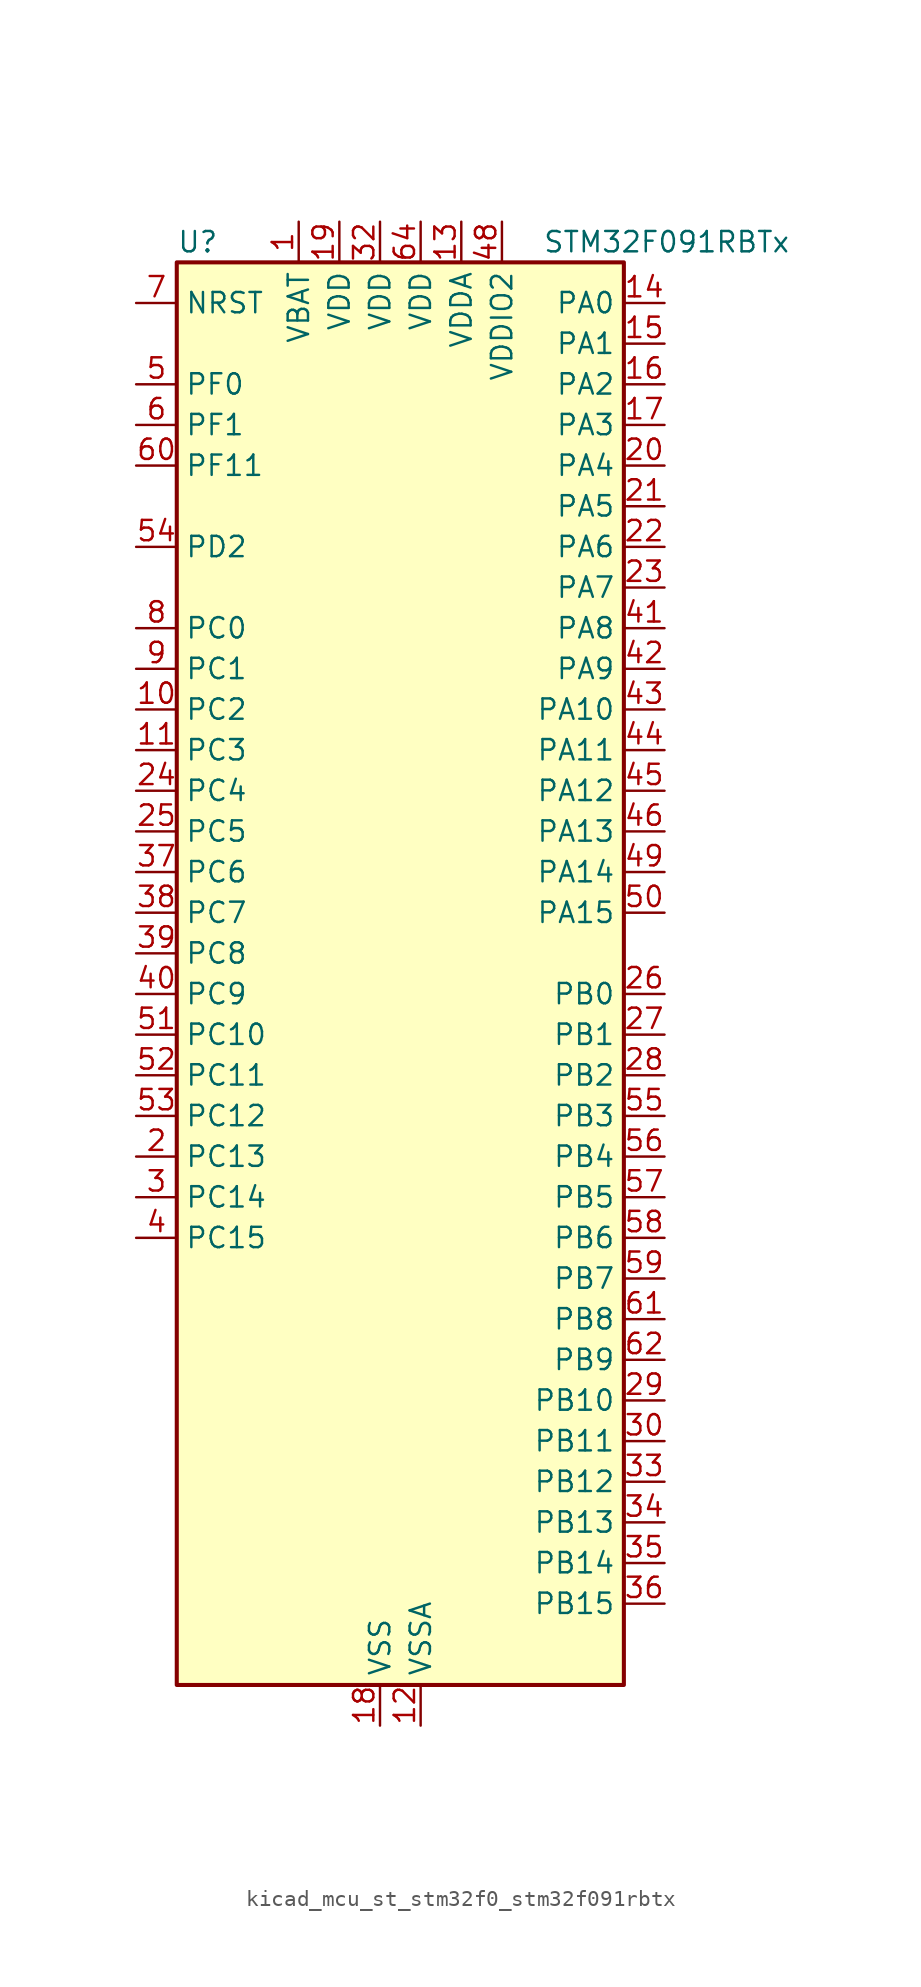
<source format=kicad_sym>
(kicad_symbol_lib
  (version 20220914)
  (generator kicad_symbol_editor)
  (symbol "kicad_mcu_st_stm32f0_stm32f091rbtx"
    (property "Reference" "U"
      (at -12.7 46.99 0)
      (effects (font (size 1.27 1.27)) (justify left)))
    (property "Value" "STM32F091RBTx"
      (at 10.16 46.99 0)
      (effects (font (size 1.27 1.27)) (justify left)))
    (property "ki_locked" ""
      (at 0 0 0)
      (effects (font (size 1.27 1.27))))
    (symbol "kicad_mcu_st_stm32f0_stm32f091rbtx_0_1"
      (rectangle (start -12.7 -43.18) (end 15.24 45.72) (stroke (width 0.254) (type default)) (fill (type background))))
    (symbol "kicad_mcu_st_stm32f0_stm32f091rbtx_1_1"
      (pin power_in line (at -5.08 48.26 270) (length 2.54) (name "VBAT" (effects (font (size 1.27 1.27)))) (number "1" (effects (font (size 1.27 1.27)))))
      (pin bidirectional line (at -15.24 17.78 0) (length 2.54) (name "PC2" (effects (font (size 1.27 1.27)))) (number "10" (effects (font (size 1.27 1.27)))) (alternate "ADC_IN12" bidirectional line) (alternate "I2S2_MCK" bidirectional line) (alternate "SPI2_MISO" bidirectional line) (alternate "USART8_TX" bidirectional line))
      (pin bidirectional line (at -15.24 15.24 0) (length 2.54) (name "PC3" (effects (font (size 1.27 1.27)))) (number "11" (effects (font (size 1.27 1.27)))) (alternate "ADC_IN13" bidirectional line) (alternate "I2S2_SD" bidirectional line) (alternate "SPI2_MOSI" bidirectional line) (alternate "USART8_RX" bidirectional line))
      (pin power_in line (at 2.54 -45.72 90) (length 2.54) (name "VSSA" (effects (font (size 1.27 1.27)))) (number "12" (effects (font (size 1.27 1.27)))))
      (pin power_in line (at 5.08 48.26 270) (length 2.54) (name "VDDA" (effects (font (size 1.27 1.27)))) (number "13" (effects (font (size 1.27 1.27)))))
      (pin bidirectional line (at 17.78 43.18 180) (length 2.54) (name "PA0" (effects (font (size 1.27 1.27)))) (number "14" (effects (font (size 1.27 1.27)))) (alternate "ADC_IN0" bidirectional line) (alternate "COMP1_INM" bidirectional line) (alternate "COMP1_OUT" bidirectional line) (alternate "RTC_TAMP2" bidirectional line) (alternate "SYS_WKUP1" bidirectional line) (alternate "TIM2_CH1" bidirectional line) (alternate "TIM2_ETR" bidirectional line) (alternate "TSC_G1_IO1" bidirectional line) (alternate "USART2_CTS" bidirectional line) (alternate "USART4_TX" bidirectional line))
      (pin bidirectional line (at 17.78 40.64 180) (length 2.54) (name "PA1" (effects (font (size 1.27 1.27)))) (number "15" (effects (font (size 1.27 1.27)))) (alternate "ADC_IN1" bidirectional line) (alternate "COMP1_INP" bidirectional line) (alternate "TIM15_CH1N" bidirectional line) (alternate "TIM2_CH2" bidirectional line) (alternate "TSC_G1_IO2" bidirectional line) (alternate "USART2_DE" bidirectional line) (alternate "USART2_RTS" bidirectional line) (alternate "USART4_RX" bidirectional line))
      (pin bidirectional line (at 17.78 38.1 180) (length 2.54) (name "PA2" (effects (font (size 1.27 1.27)))) (number "16" (effects (font (size 1.27 1.27)))) (alternate "ADC_IN2" bidirectional line) (alternate "COMP2_INM" bidirectional line) (alternate "COMP2_OUT" bidirectional line) (alternate "SYS_WKUP4" bidirectional line) (alternate "TIM15_CH1" bidirectional line) (alternate "TIM2_CH3" bidirectional line) (alternate "TSC_G1_IO3" bidirectional line) (alternate "USART2_TX" bidirectional line))
      (pin bidirectional line (at 17.78 35.56 180) (length 2.54) (name "PA3" (effects (font (size 1.27 1.27)))) (number "17" (effects (font (size 1.27 1.27)))) (alternate "ADC_IN3" bidirectional line) (alternate "COMP2_INP" bidirectional line) (alternate "TIM15_CH2" bidirectional line) (alternate "TIM2_CH4" bidirectional line) (alternate "TSC_G1_IO4" bidirectional line) (alternate "USART2_RX" bidirectional line))
      (pin power_in line (at 0 -45.72 90) (length 2.54) (name "VSS" (effects (font (size 1.27 1.27)))) (number "18" (effects (font (size 1.27 1.27)))))
      (pin power_in line (at -2.54 48.26 270) (length 2.54) (name "VDD" (effects (font (size 1.27 1.27)))) (number "19" (effects (font (size 1.27 1.27)))))
      (pin bidirectional line (at -15.24 -10.16 0) (length 2.54) (name "PC13" (effects (font (size 1.27 1.27)))) (number "2" (effects (font (size 1.27 1.27)))) (alternate "RTC_OUT_ALARM" bidirectional line) (alternate "RTC_OUT_CALIB" bidirectional line) (alternate "RTC_TAMP1" bidirectional line) (alternate "RTC_TS" bidirectional line) (alternate "SYS_WKUP2" bidirectional line))
      (pin bidirectional line (at 17.78 33.02 180) (length 2.54) (name "PA4" (effects (font (size 1.27 1.27)))) (number "20" (effects (font (size 1.27 1.27)))) (alternate "ADC_IN4" bidirectional line) (alternate "COMP1_INM" bidirectional line) (alternate "COMP2_INM" bidirectional line) (alternate "DAC_OUT1" bidirectional line) (alternate "I2S1_WS" bidirectional line) (alternate "SPI1_NSS" bidirectional line) (alternate "TIM14_CH1" bidirectional line) (alternate "TSC_G2_IO1" bidirectional line) (alternate "USART2_CK" bidirectional line) (alternate "USART6_TX" bidirectional line))
      (pin bidirectional line (at 17.78 30.48 180) (length 2.54) (name "PA5" (effects (font (size 1.27 1.27)))) (number "21" (effects (font (size 1.27 1.27)))) (alternate "ADC_IN5" bidirectional line) (alternate "CEC" bidirectional line) (alternate "COMP1_INM" bidirectional line) (alternate "COMP2_INM" bidirectional line) (alternate "DAC_OUT2" bidirectional line) (alternate "I2S1_CK" bidirectional line) (alternate "SPI1_SCK" bidirectional line) (alternate "TIM2_CH1" bidirectional line) (alternate "TIM2_ETR" bidirectional line) (alternate "TSC_G2_IO2" bidirectional line) (alternate "USART6_RX" bidirectional line))
      (pin bidirectional line (at 17.78 27.94 180) (length 2.54) (name "PA6" (effects (font (size 1.27 1.27)))) (number "22" (effects (font (size 1.27 1.27)))) (alternate "ADC_IN6" bidirectional line) (alternate "COMP1_OUT" bidirectional line) (alternate "I2S1_MCK" bidirectional line) (alternate "SPI1_MISO" bidirectional line) (alternate "TIM16_CH1" bidirectional line) (alternate "TIM1_BKIN" bidirectional line) (alternate "TIM3_CH1" bidirectional line) (alternate "TSC_G2_IO3" bidirectional line) (alternate "USART3_CTS" bidirectional line))
      (pin bidirectional line (at 17.78 25.4 180) (length 2.54) (name "PA7" (effects (font (size 1.27 1.27)))) (number "23" (effects (font (size 1.27 1.27)))) (alternate "ADC_IN7" bidirectional line) (alternate "COMP2_OUT" bidirectional line) (alternate "I2S1_SD" bidirectional line) (alternate "SPI1_MOSI" bidirectional line) (alternate "TIM14_CH1" bidirectional line) (alternate "TIM17_CH1" bidirectional line) (alternate "TIM1_CH1N" bidirectional line) (alternate "TIM3_CH2" bidirectional line) (alternate "TSC_G2_IO4" bidirectional line))
      (pin bidirectional line (at -15.24 12.7 0) (length 2.54) (name "PC4" (effects (font (size 1.27 1.27)))) (number "24" (effects (font (size 1.27 1.27)))) (alternate "ADC_IN14" bidirectional line) (alternate "USART3_TX" bidirectional line))
      (pin bidirectional line (at -15.24 10.16 0) (length 2.54) (name "PC5" (effects (font (size 1.27 1.27)))) (number "25" (effects (font (size 1.27 1.27)))) (alternate "ADC_IN15" bidirectional line) (alternate "SYS_WKUP5" bidirectional line) (alternate "TSC_G3_IO1" bidirectional line) (alternate "USART3_RX" bidirectional line))
      (pin bidirectional line (at 17.78 0 180) (length 2.54) (name "PB0" (effects (font (size 1.27 1.27)))) (number "26" (effects (font (size 1.27 1.27)))) (alternate "ADC_IN8" bidirectional line) (alternate "TIM1_CH2N" bidirectional line) (alternate "TIM3_CH3" bidirectional line) (alternate "TSC_G3_IO2" bidirectional line) (alternate "USART3_CK" bidirectional line))
      (pin bidirectional line (at 17.78 -2.54 180) (length 2.54) (name "PB1" (effects (font (size 1.27 1.27)))) (number "27" (effects (font (size 1.27 1.27)))) (alternate "ADC_IN9" bidirectional line) (alternate "TIM14_CH1" bidirectional line) (alternate "TIM1_CH3N" bidirectional line) (alternate "TIM3_CH4" bidirectional line) (alternate "TSC_G3_IO3" bidirectional line) (alternate "USART3_DE" bidirectional line) (alternate "USART3_RTS" bidirectional line))
      (pin bidirectional line (at 17.78 -5.08 180) (length 2.54) (name "PB2" (effects (font (size 1.27 1.27)))) (number "28" (effects (font (size 1.27 1.27)))) (alternate "TSC_G3_IO4" bidirectional line))
      (pin bidirectional line (at 17.78 -25.4 180) (length 2.54) (name "PB10" (effects (font (size 1.27 1.27)))) (number "29" (effects (font (size 1.27 1.27)))) (alternate "CEC" bidirectional line) (alternate "I2C2_SCL" bidirectional line) (alternate "I2S2_CK" bidirectional line) (alternate "SPI2_SCK" bidirectional line) (alternate "TIM2_CH3" bidirectional line) (alternate "TSC_SYNC" bidirectional line) (alternate "USART3_TX" bidirectional line))
      (pin bidirectional line (at -15.24 -12.7 0) (length 2.54) (name "PC14" (effects (font (size 1.27 1.27)))) (number "3" (effects (font (size 1.27 1.27)))) (alternate "RCC_OSC32_IN" bidirectional line))
      (pin bidirectional line (at 17.78 -27.94 180) (length 2.54) (name "PB11" (effects (font (size 1.27 1.27)))) (number "30" (effects (font (size 1.27 1.27)))) (alternate "I2C2_SDA" bidirectional line) (alternate "TIM2_CH4" bidirectional line) (alternate "TSC_G6_IO1" bidirectional line) (alternate "USART3_RX" bidirectional line))
      (pin passive line (at 0 -45.72 90) (length 2.54) hide (name "VSS" (effects (font (size 1.27 1.27)))) (number "31" (effects (font (size 1.27 1.27)))))
      (pin power_in line (at 0 48.26 270) (length 2.54) (name "VDD" (effects (font (size 1.27 1.27)))) (number "32" (effects (font (size 1.27 1.27)))))
      (pin bidirectional line (at 17.78 -30.48 180) (length 2.54) (name "PB12" (effects (font (size 1.27 1.27)))) (number "33" (effects (font (size 1.27 1.27)))) (alternate "I2S2_WS" bidirectional line) (alternate "SPI2_NSS" bidirectional line) (alternate "TIM15_BKIN" bidirectional line) (alternate "TIM1_BKIN" bidirectional line) (alternate "TSC_G6_IO2" bidirectional line) (alternate "USART3_CK" bidirectional line))
      (pin bidirectional line (at 17.78 -33.02 180) (length 2.54) (name "PB13" (effects (font (size 1.27 1.27)))) (number "34" (effects (font (size 1.27 1.27)))) (alternate "I2C2_SCL" bidirectional line) (alternate "I2S2_CK" bidirectional line) (alternate "SPI2_SCK" bidirectional line) (alternate "TIM1_CH1N" bidirectional line) (alternate "TSC_G6_IO3" bidirectional line) (alternate "USART3_CTS" bidirectional line))
      (pin bidirectional line (at 17.78 -35.56 180) (length 2.54) (name "PB14" (effects (font (size 1.27 1.27)))) (number "35" (effects (font (size 1.27 1.27)))) (alternate "I2C2_SDA" bidirectional line) (alternate "I2S2_MCK" bidirectional line) (alternate "SPI2_MISO" bidirectional line) (alternate "TIM15_CH1" bidirectional line) (alternate "TIM1_CH2N" bidirectional line) (alternate "TSC_G6_IO4" bidirectional line) (alternate "USART3_DE" bidirectional line) (alternate "USART3_RTS" bidirectional line))
      (pin bidirectional line (at 17.78 -38.1 180) (length 2.54) (name "PB15" (effects (font (size 1.27 1.27)))) (number "36" (effects (font (size 1.27 1.27)))) (alternate "I2S2_SD" bidirectional line) (alternate "RTC_REFIN" bidirectional line) (alternate "SPI2_MOSI" bidirectional line) (alternate "SYS_WKUP7" bidirectional line) (alternate "TIM15_CH1N" bidirectional line) (alternate "TIM15_CH2" bidirectional line) (alternate "TIM1_CH3N" bidirectional line))
      (pin bidirectional line (at -15.24 7.62 0) (length 2.54) (name "PC6" (effects (font (size 1.27 1.27)))) (number "37" (effects (font (size 1.27 1.27)))) (alternate "TIM3_CH1" bidirectional line) (alternate "USART7_TX" bidirectional line))
      (pin bidirectional line (at -15.24 5.08 0) (length 2.54) (name "PC7" (effects (font (size 1.27 1.27)))) (number "38" (effects (font (size 1.27 1.27)))) (alternate "TIM3_CH2" bidirectional line) (alternate "USART7_RX" bidirectional line))
      (pin bidirectional line (at -15.24 2.54 0) (length 2.54) (name "PC8" (effects (font (size 1.27 1.27)))) (number "39" (effects (font (size 1.27 1.27)))) (alternate "TIM3_CH3" bidirectional line) (alternate "USART8_TX" bidirectional line))
      (pin bidirectional line (at -15.24 -15.24 0) (length 2.54) (name "PC15" (effects (font (size 1.27 1.27)))) (number "4" (effects (font (size 1.27 1.27)))) (alternate "RCC_OSC32_OUT" bidirectional line))
      (pin bidirectional line (at -15.24 0 0) (length 2.54) (name "PC9" (effects (font (size 1.27 1.27)))) (number "40" (effects (font (size 1.27 1.27)))) (alternate "DAC_EXTI9" bidirectional line) (alternate "TIM3_CH4" bidirectional line) (alternate "USART8_RX" bidirectional line))
      (pin bidirectional line (at 17.78 22.86 180) (length 2.54) (name "PA8" (effects (font (size 1.27 1.27)))) (number "41" (effects (font (size 1.27 1.27)))) (alternate "CRS_SYNC" bidirectional line) (alternate "RCC_MCO" bidirectional line) (alternate "TIM1_CH1" bidirectional line) (alternate "USART1_CK" bidirectional line))
      (pin bidirectional line (at 17.78 20.32 180) (length 2.54) (name "PA9" (effects (font (size 1.27 1.27)))) (number "42" (effects (font (size 1.27 1.27)))) (alternate "DAC_EXTI9" bidirectional line) (alternate "I2C1_SCL" bidirectional line) (alternate "RCC_MCO" bidirectional line) (alternate "TIM15_BKIN" bidirectional line) (alternate "TIM1_CH2" bidirectional line) (alternate "TSC_G4_IO1" bidirectional line) (alternate "USART1_TX" bidirectional line))
      (pin bidirectional line (at 17.78 17.78 180) (length 2.54) (name "PA10" (effects (font (size 1.27 1.27)))) (number "43" (effects (font (size 1.27 1.27)))) (alternate "I2C1_SDA" bidirectional line) (alternate "TIM17_BKIN" bidirectional line) (alternate "TIM1_CH3" bidirectional line) (alternate "TSC_G4_IO2" bidirectional line) (alternate "USART1_RX" bidirectional line))
      (pin bidirectional line (at 17.78 15.24 180) (length 2.54) (name "PA11" (effects (font (size 1.27 1.27)))) (number "44" (effects (font (size 1.27 1.27)))) (alternate "CAN_RX" bidirectional line) (alternate "COMP1_OUT" bidirectional line) (alternate "I2C2_SCL" bidirectional line) (alternate "TIM1_CH4" bidirectional line) (alternate "TSC_G4_IO3" bidirectional line) (alternate "USART1_CTS" bidirectional line))
      (pin bidirectional line (at 17.78 12.7 180) (length 2.54) (name "PA12" (effects (font (size 1.27 1.27)))) (number "45" (effects (font (size 1.27 1.27)))) (alternate "CAN_TX" bidirectional line) (alternate "COMP2_OUT" bidirectional line) (alternate "I2C2_SDA" bidirectional line) (alternate "TIM1_ETR" bidirectional line) (alternate "TSC_G4_IO4" bidirectional line) (alternate "USART1_DE" bidirectional line) (alternate "USART1_RTS" bidirectional line))
      (pin bidirectional line (at 17.78 10.16 180) (length 2.54) (name "PA13" (effects (font (size 1.27 1.27)))) (number "46" (effects (font (size 1.27 1.27)))) (alternate "IR_OUT" bidirectional line) (alternate "SYS_SWDIO" bidirectional line))
      (pin passive line (at 0 -45.72 90) (length 2.54) hide (name "VSS" (effects (font (size 1.27 1.27)))) (number "47" (effects (font (size 1.27 1.27)))))
      (pin power_in line (at 7.62 48.26 270) (length 2.54) (name "VDDIO2" (effects (font (size 1.27 1.27)))) (number "48" (effects (font (size 1.27 1.27)))))
      (pin bidirectional line (at 17.78 7.62 180) (length 2.54) (name "PA14" (effects (font (size 1.27 1.27)))) (number "49" (effects (font (size 1.27 1.27)))) (alternate "SYS_SWCLK" bidirectional line) (alternate "USART2_TX" bidirectional line))
      (pin bidirectional line (at -15.24 38.1 0) (length 2.54) (name "PF0" (effects (font (size 1.27 1.27)))) (number "5" (effects (font (size 1.27 1.27)))) (alternate "CRS_SYNC" bidirectional line) (alternate "I2C1_SDA" bidirectional line) (alternate "RCC_OSC_IN" bidirectional line))
      (pin bidirectional line (at 17.78 5.08 180) (length 2.54) (name "PA15" (effects (font (size 1.27 1.27)))) (number "50" (effects (font (size 1.27 1.27)))) (alternate "I2S1_WS" bidirectional line) (alternate "SPI1_NSS" bidirectional line) (alternate "TIM2_CH1" bidirectional line) (alternate "TIM2_ETR" bidirectional line) (alternate "USART2_RX" bidirectional line) (alternate "USART4_DE" bidirectional line) (alternate "USART4_RTS" bidirectional line))
      (pin bidirectional line (at -15.24 -2.54 0) (length 2.54) (name "PC10" (effects (font (size 1.27 1.27)))) (number "51" (effects (font (size 1.27 1.27)))) (alternate "USART3_TX" bidirectional line) (alternate "USART4_TX" bidirectional line))
      (pin bidirectional line (at -15.24 -5.08 0) (length 2.54) (name "PC11" (effects (font (size 1.27 1.27)))) (number "52" (effects (font (size 1.27 1.27)))) (alternate "USART3_RX" bidirectional line) (alternate "USART4_RX" bidirectional line))
      (pin bidirectional line (at -15.24 -7.62 0) (length 2.54) (name "PC12" (effects (font (size 1.27 1.27)))) (number "53" (effects (font (size 1.27 1.27)))) (alternate "USART3_CK" bidirectional line) (alternate "USART4_CK" bidirectional line) (alternate "USART5_TX" bidirectional line))
      (pin bidirectional line (at -15.24 27.94 0) (length 2.54) (name "PD2" (effects (font (size 1.27 1.27)))) (number "54" (effects (font (size 1.27 1.27)))) (alternate "TIM3_ETR" bidirectional line) (alternate "USART3_DE" bidirectional line) (alternate "USART3_RTS" bidirectional line) (alternate "USART5_RX" bidirectional line))
      (pin bidirectional line (at 17.78 -7.62 180) (length 2.54) (name "PB3" (effects (font (size 1.27 1.27)))) (number "55" (effects (font (size 1.27 1.27)))) (alternate "I2S1_CK" bidirectional line) (alternate "SPI1_SCK" bidirectional line) (alternate "TIM2_CH2" bidirectional line) (alternate "TSC_G5_IO1" bidirectional line) (alternate "USART5_TX" bidirectional line))
      (pin bidirectional line (at 17.78 -10.16 180) (length 2.54) (name "PB4" (effects (font (size 1.27 1.27)))) (number "56" (effects (font (size 1.27 1.27)))) (alternate "I2S1_MCK" bidirectional line) (alternate "SPI1_MISO" bidirectional line) (alternate "TIM17_BKIN" bidirectional line) (alternate "TIM3_CH1" bidirectional line) (alternate "TSC_G5_IO2" bidirectional line) (alternate "USART5_RX" bidirectional line))
      (pin bidirectional line (at 17.78 -12.7 180) (length 2.54) (name "PB5" (effects (font (size 1.27 1.27)))) (number "57" (effects (font (size 1.27 1.27)))) (alternate "I2C1_SMBA" bidirectional line) (alternate "I2S1_SD" bidirectional line) (alternate "SPI1_MOSI" bidirectional line) (alternate "SYS_WKUP6" bidirectional line) (alternate "TIM16_BKIN" bidirectional line) (alternate "TIM3_CH2" bidirectional line) (alternate "USART5_CK" bidirectional line) (alternate "USART5_DE" bidirectional line) (alternate "USART5_RTS" bidirectional line))
      (pin bidirectional line (at 17.78 -15.24 180) (length 2.54) (name "PB6" (effects (font (size 1.27 1.27)))) (number "58" (effects (font (size 1.27 1.27)))) (alternate "I2C1_SCL" bidirectional line) (alternate "TIM16_CH1N" bidirectional line) (alternate "TSC_G5_IO3" bidirectional line) (alternate "USART1_TX" bidirectional line))
      (pin bidirectional line (at 17.78 -17.78 180) (length 2.54) (name "PB7" (effects (font (size 1.27 1.27)))) (number "59" (effects (font (size 1.27 1.27)))) (alternate "I2C1_SDA" bidirectional line) (alternate "TIM17_CH1N" bidirectional line) (alternate "TSC_G5_IO4" bidirectional line) (alternate "USART1_RX" bidirectional line) (alternate "USART4_CTS" bidirectional line))
      (pin bidirectional line (at -15.24 35.56 0) (length 2.54) (name "PF1" (effects (font (size 1.27 1.27)))) (number "6" (effects (font (size 1.27 1.27)))) (alternate "I2C1_SCL" bidirectional line) (alternate "RCC_OSC_OUT" bidirectional line))
      (pin bidirectional line (at -15.24 33.02 0) (length 2.54) (name "PF11" (effects (font (size 1.27 1.27)))) (number "60" (effects (font (size 1.27 1.27)))))
      (pin bidirectional line (at 17.78 -20.32 180) (length 2.54) (name "PB8" (effects (font (size 1.27 1.27)))) (number "61" (effects (font (size 1.27 1.27)))) (alternate "CAN_RX" bidirectional line) (alternate "CEC" bidirectional line) (alternate "I2C1_SCL" bidirectional line) (alternate "TIM16_CH1" bidirectional line) (alternate "TSC_SYNC" bidirectional line))
      (pin bidirectional line (at 17.78 -22.86 180) (length 2.54) (name "PB9" (effects (font (size 1.27 1.27)))) (number "62" (effects (font (size 1.27 1.27)))) (alternate "CAN_TX" bidirectional line) (alternate "DAC_EXTI9" bidirectional line) (alternate "I2C1_SDA" bidirectional line) (alternate "I2S2_WS" bidirectional line) (alternate "IR_OUT" bidirectional line) (alternate "SPI2_NSS" bidirectional line) (alternate "TIM17_CH1" bidirectional line))
      (pin passive line (at 0 -45.72 90) (length 2.54) hide (name "VSS" (effects (font (size 1.27 1.27)))) (number "63" (effects (font (size 1.27 1.27)))))
      (pin power_in line (at 2.54 48.26 270) (length 2.54) (name "VDD" (effects (font (size 1.27 1.27)))) (number "64" (effects (font (size 1.27 1.27)))))
      (pin input line (at -15.24 43.18 0) (length 2.54) (name "NRST" (effects (font (size 1.27 1.27)))) (number "7" (effects (font (size 1.27 1.27)))))
      (pin bidirectional line (at -15.24 22.86 0) (length 2.54) (name "PC0" (effects (font (size 1.27 1.27)))) (number "8" (effects (font (size 1.27 1.27)))) (alternate "ADC_IN10" bidirectional line) (alternate "USART6_TX" bidirectional line) (alternate "USART7_TX" bidirectional line))
      (pin bidirectional line (at -15.24 20.32 0) (length 2.54) (name "PC1" (effects (font (size 1.27 1.27)))) (number "9" (effects (font (size 1.27 1.27)))) (alternate "ADC_IN11" bidirectional line) (alternate "USART6_RX" bidirectional line) (alternate "USART7_RX" bidirectional line)))))
</source>
